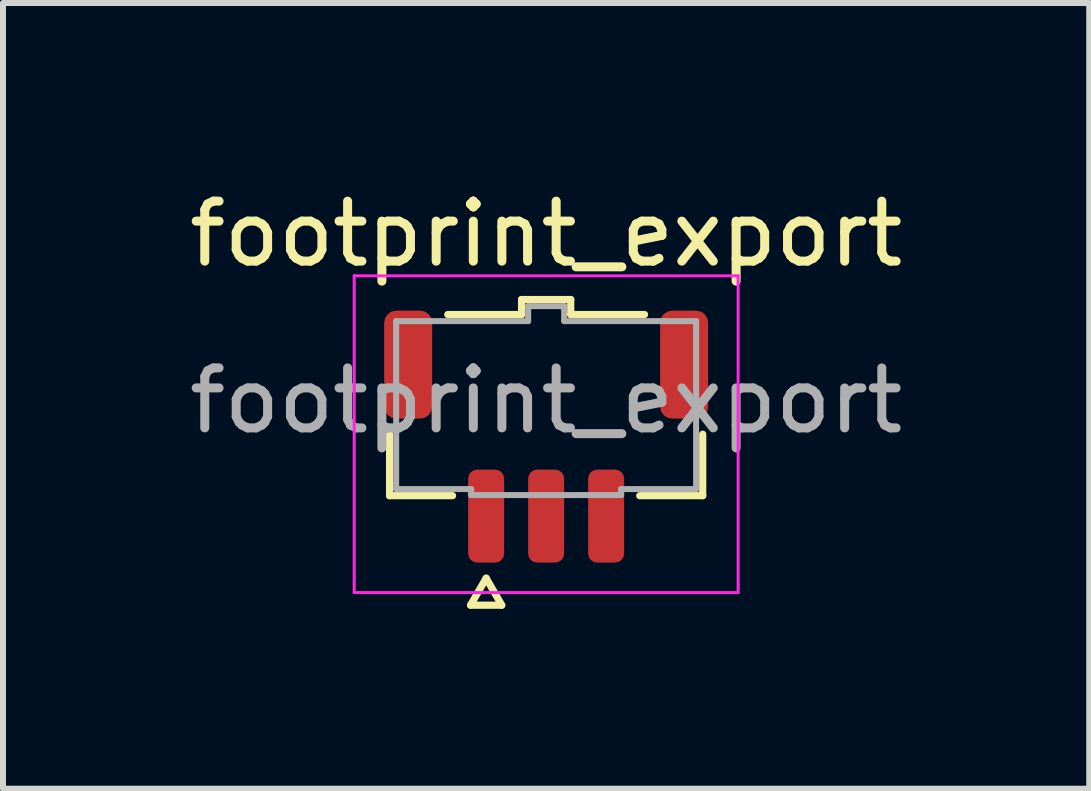
<source format=kicad_pcb>
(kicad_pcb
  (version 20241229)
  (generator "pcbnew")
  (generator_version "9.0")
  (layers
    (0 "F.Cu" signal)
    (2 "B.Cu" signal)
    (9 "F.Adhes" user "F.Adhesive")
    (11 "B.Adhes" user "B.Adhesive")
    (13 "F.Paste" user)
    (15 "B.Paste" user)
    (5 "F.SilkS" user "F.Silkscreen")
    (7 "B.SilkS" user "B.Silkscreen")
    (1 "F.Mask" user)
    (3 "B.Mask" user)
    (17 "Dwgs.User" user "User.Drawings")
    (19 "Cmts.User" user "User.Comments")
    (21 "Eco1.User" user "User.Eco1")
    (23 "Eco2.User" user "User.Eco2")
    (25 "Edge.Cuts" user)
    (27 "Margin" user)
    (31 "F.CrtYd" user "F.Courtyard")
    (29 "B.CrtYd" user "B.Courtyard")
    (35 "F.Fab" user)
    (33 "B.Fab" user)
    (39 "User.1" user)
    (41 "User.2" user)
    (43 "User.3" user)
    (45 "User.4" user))
  (footprint "footprint_export"
    (layer "F.Cu")
    (at 6.054 3.628)
    (property "Reference" "footprint_export" (at 0 -2.78 0) (layer "F.SilkS") (effects (font (size 1 1) (thickness 0.15))))
    (attr smd)
    (fp_line (start -2.61 1.585) (end -2.61 0.56) (stroke (width 0.12) (type solid)) (layer "F.SilkS"))
    (fp_line (start -1.64 -1.435) (end -0.41 -1.435) (stroke (width 0.12) (type solid)) (layer "F.SilkS"))
    (fp_line (start -1.56 1.585) (end -2.61 1.585) (stroke (width 0.12) (type solid)) (layer "F.SilkS"))
    (fp_line (start -1.26 3.41) (end -1 2.96) (stroke (width 0.12) (type solid)) (layer "F.SilkS"))
    (fp_line (start -1 2.96) (end -0.74 3.41) (stroke (width 0.12) (type solid)) (layer "F.SilkS"))
    (fp_line (start -0.74 3.41) (end -1.26 3.41) (stroke (width 0.12) (type solid)) (layer "F.SilkS"))
    (fp_line (start -0.41 -1.685) (end 0.41 -1.685) (stroke (width 0.12) (type solid)) (layer "F.SilkS"))
    (fp_line (start -0.41 -1.435) (end -0.41 -1.685) (stroke (width 0.12) (type solid)) (layer "F.SilkS"))
    (fp_line (start 0.41 -1.685) (end 0.41 -1.435) (stroke (width 0.12) (type solid)) (layer "F.SilkS"))
    (fp_line (start 0.41 -1.435) (end 1.64 -1.435) (stroke (width 0.12) (type solid)) (layer "F.SilkS"))
    (fp_line (start 2.61 0.56) (end 2.61 1.585) (stroke (width 0.12) (type solid)) (layer "F.SilkS"))
    (fp_line (start 2.61 1.585) (end 1.56 1.585) (stroke (width 0.12) (type solid)) (layer "F.SilkS"))
    (fp_line (start -3.2 -2.08) (end -3.2 3.2) (stroke (width 0.05) (type solid)) (layer "F.CrtYd"))
    (fp_line (start -3.2 3.2) (end 3.2 3.2) (stroke (width 0.05) (type solid)) (layer "F.CrtYd"))
    (fp_line (start 3.2 -2.08) (end -3.2 -2.08) (stroke (width 0.05) (type solid)) (layer "F.CrtYd"))
    (fp_line (start 3.2 3.2) (end 3.2 -2.08) (stroke (width 0.05) (type solid)) (layer "F.CrtYd"))
    (fp_line (start -2.5 -1.325) (end -0.3 -1.325) (stroke (width 0.1) (type solid)) (layer "F.Fab"))
    (fp_line (start -2.5 1.475) (end -2.5 -1.325) (stroke (width 0.1) (type solid)) (layer "F.Fab"))
    (fp_line (start -1.25 1.475) (end -2.5 1.475) (stroke (width 0.1) (type solid)) (layer "F.Fab"))
    (fp_line (start -1.25 1.575) (end -1.25 1.475) (stroke (width 0.1) (type solid)) (layer "F.Fab"))
    (fp_line (start -0.3 -1.575) (end 0.3 -1.575) (stroke (width 0.1) (type solid)) (layer "F.Fab"))
    (fp_line (start -0.3 -1.325) (end -0.3 -1.575) (stroke (width 0.1) (type solid)) (layer "F.Fab"))
    (fp_line (start 0.3 -1.575) (end 0.3 -1.325) (stroke (width 0.1) (type solid)) (layer "F.Fab"))
    (fp_line (start 0.3 -1.325) (end 2.5 -1.325) (stroke (width 0.1) (type solid)) (layer "F.Fab"))
    (fp_line (start 1.25 1.475) (end 1.25 1.575) (stroke (width 0.1) (type solid)) (layer "F.Fab"))
    (fp_line (start 1.25 1.575) (end -1.25 1.575) (stroke (width 0.1) (type solid)) (layer "F.Fab"))
    (fp_line (start 2.5 -1.325) (end 2.5 1.475) (stroke (width 0.1) (type solid)) (layer "F.Fab"))
    (fp_line (start 2.5 1.475) (end 1.25 1.475) (stroke (width 0.1) (type solid)) (layer "F.Fab"))
    (fp_text user "${REFERENCE}" (at 0 0 0) (layer "F.Fab") (effects (font (size 1 1) (thickness 0.15))))
    (pad "1" smd roundrect (at -1 1.925) (size 0.6 1.55) (layers "F.Cu" "F.Mask" "F.Paste") (roundrect_rratio 0.25))
    (pad "2" smd roundrect (at 0 1.925) (size 0.6 1.55) (layers "F.Cu" "F.Mask" "F.Paste") (roundrect_rratio 0.25))
    (pad "3" smd roundrect (at 1 1.925) (size 0.6 1.55) (layers "F.Cu" "F.Mask" "F.Paste") (roundrect_rratio 0.25))
    (pad "MP" smd roundrect (at -2.3 -0.6) (size 0.8 1.8) (layers "F.Cu" "F.Mask" "F.Paste") (roundrect_rratio 0.25))
    (pad "MP" smd roundrect (at 2.3 -0.6) (size 0.8 1.8) (layers "F.Cu" "F.Mask" "F.Paste") (roundrect_rratio 0.25)))
  (gr_rect
    (start -3 -3)
    (end 15.107 10.098)
    (stroke (width 0.1) (type default))
    (fill no)
    (layer "Edge.Cuts")))
</source>
